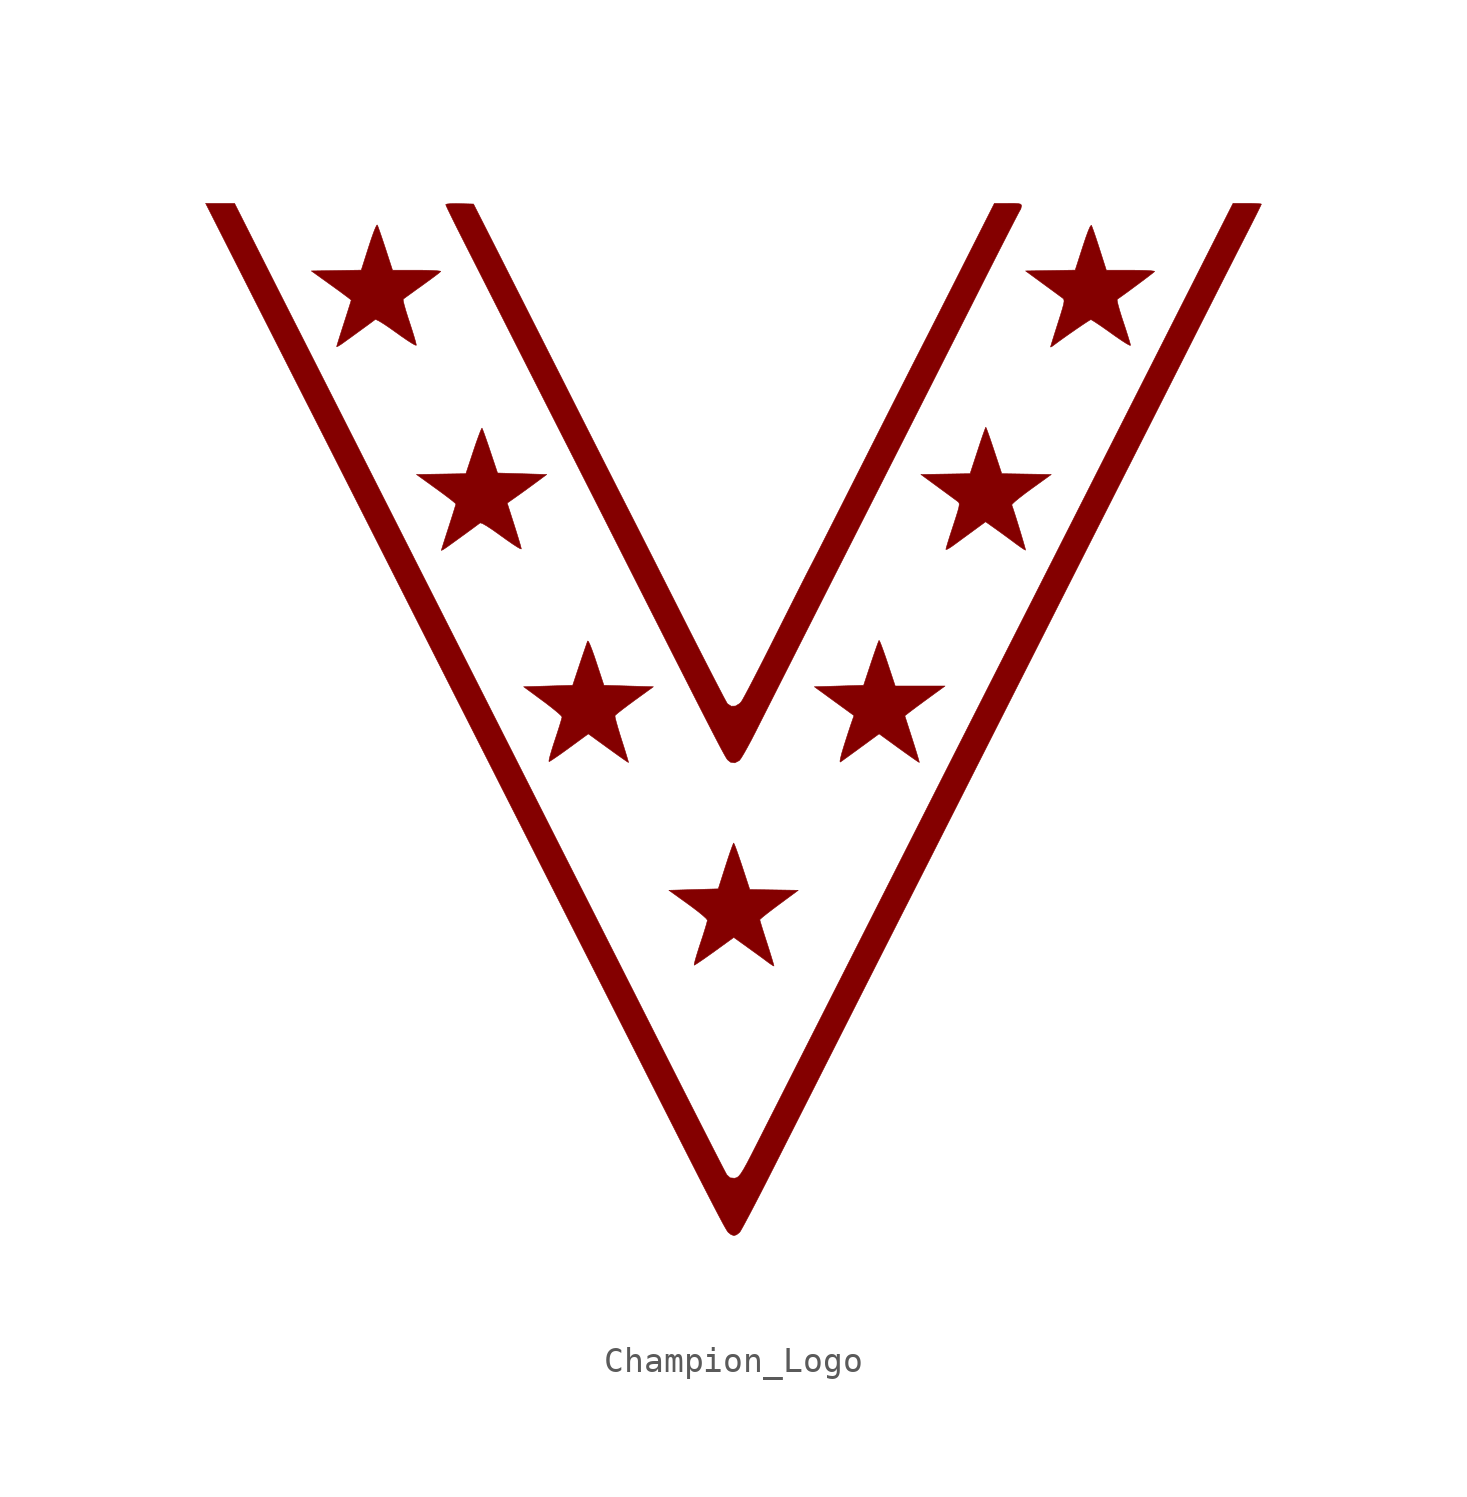
<source format=kicad_sym>
(kicad_symbol_lib
  (version 20231120)
  (generator "kicad_symbol_editor")
  (generator_version "8.0")
  (symbol "Champion_Logo"
    (pin_numbers hide)
    (pin_names
      (offset 0) hide)
    (property "Reference" "G"
      (at 0 1.27 0)
      (effects (font (size 1.27 1.27)) (hide yes)))
    (symbol "Champion_Logo_0_0"
      (polyline (pts (xy 7.385 -1.679) (xy 7.35 -1.552) (xy 7.289 -1.347) (xy 7.207 -1.082) (xy 7.11 -0.777) (xy 6.814 0.145) (xy 6.98 0.276) (xy 6.991 0.284) (xy 7.112 0.376) (xy 7.299 0.516) (xy 7.53 0.686) (xy 7.78 0.869) (xy 8.414 1.331) (xy 7.423 1.331) (xy 6.431 1.331) (xy 6.125 2.254) (xy 6.045 2.491) (xy 5.95 2.76) (xy 5.872 2.97) (xy 5.816 3.105) (xy 5.788 3.147) (xy 5.774 3.119) (xy 5.727 2.998) (xy 5.656 2.798) (xy 5.566 2.538) (xy 5.465 2.238) (xy 5.174 1.36) (xy 4.193 1.331) (xy 3.212 1.302) (xy 4.001 0.728) (xy 4.79 0.154) (xy 4.678 -0.169) (xy 4.638 -0.288) (xy 4.557 -0.533) (xy 4.464 -0.822) (xy 4.372 -1.114) (xy 4.304 -1.342) (xy 4.255 -1.537) (xy 4.233 -1.661) (xy 4.244 -1.696) (xy 4.273 -1.677) (xy 4.387 -1.596) (xy 4.566 -1.467) (xy 4.793 -1.302) (xy 5.05 -1.114) (xy 5.79 -0.573) (xy 6.583 -1.149) (xy 6.79 -1.298) (xy 7.026 -1.466) (xy 7.215 -1.598) (xy 7.342 -1.684) (xy 7.391 -1.711) (xy 7.385 -1.679)) (stroke (width 0.01) (type default)) (fill (type outline)))
      (polyline (pts (xy -4.187 -1.686) (xy -4.221 -1.566) (xy -4.281 -1.367) (xy -4.361 -1.108) (xy -4.457 -0.807) (xy -4.521 -0.605) (xy -4.606 -0.322) (xy -4.672 -0.088) (xy -4.712 0.075) (xy -4.721 0.148) (xy -4.698 0.175) (xy -4.595 0.264) (xy -4.423 0.399) (xy -4.201 0.567) (xy -3.945 0.756) (xy -3.191 1.302) (xy -4.176 1.331) (xy -5.161 1.36) (xy -5.466 2.285) (xy -5.538 2.502) (xy -5.638 2.78) (xy -5.719 2.985) (xy -5.777 3.104) (xy -5.807 3.124) (xy -5.818 3.096) (xy -5.863 2.967) (xy -5.934 2.76) (xy -6.024 2.497) (xy -6.124 2.199) (xy -6.403 1.36) (xy -7.38 1.331) (xy -8.357 1.302) (xy -7.592 0.739) (xy -7.414 0.606) (xy -7.181 0.424) (xy -6.995 0.271) (xy -6.872 0.158) (xy -6.827 0.1) (xy -6.833 0.07) (xy -6.868 -0.059) (xy -6.93 -0.265) (xy -7.014 -0.528) (xy -7.112 -0.827) (xy -7.17 -1.002) (xy -7.253 -1.27) (xy -7.314 -1.484) (xy -7.346 -1.626) (xy -7.345 -1.678) (xy -7.314 -1.664) (xy -7.201 -1.593) (xy -7.022 -1.471) (xy -6.795 -1.312) (xy -6.537 -1.125) (xy -5.782 -0.573) (xy -4.988 -1.149) (xy -4.781 -1.298) (xy -4.546 -1.467) (xy -4.357 -1.599) (xy -4.231 -1.685) (xy -4.182 -1.713) (xy -4.187 -1.686)) (stroke (width 0.01) (type default)) (fill (type outline)))
      (polyline (pts (xy 1.601 -9.785) (xy 1.568 -9.664) (xy 1.508 -9.465) (xy 1.428 -9.206) (xy 1.332 -8.905) (xy 1.267 -8.704) (xy 1.178 -8.424) (xy 1.107 -8.195) (xy 1.06 -8.037) (xy 1.042 -7.97) (xy 1.064 -7.944) (xy 1.164 -7.857) (xy 1.332 -7.723) (xy 1.551 -7.554) (xy 1.807 -7.363) (xy 2.572 -6.798) (xy 1.608 -6.783) (xy 0.643 -6.767) (xy 0.34 -5.842) (xy 0.261 -5.607) (xy 0.167 -5.333) (xy 0.088 -5.114) (xy 0.031 -4.97) (xy 0.004 -4.918) (xy -0.013 -4.946) (xy -0.061 -5.066) (xy -0.133 -5.266) (xy -0.221 -5.526) (xy -0.319 -5.829) (xy -0.61 -6.741) (xy -1.592 -6.769) (xy -2.575 -6.798) (xy -1.81 -7.348) (xy -1.637 -7.475) (xy -1.401 -7.655) (xy -1.214 -7.809) (xy -1.089 -7.924) (xy -1.043 -7.987) (xy -1.048 -8.019) (xy -1.082 -8.152) (xy -1.145 -8.361) (xy -1.228 -8.627) (xy -1.327 -8.927) (xy -1.384 -9.101) (xy -1.468 -9.37) (xy -1.53 -9.584) (xy -1.565 -9.727) (xy -1.567 -9.778) (xy -1.536 -9.763) (xy -1.423 -9.691) (xy -1.244 -9.57) (xy -1.017 -9.411) (xy -0.757 -9.226) (xy 0.007 -8.673) (xy 0.568 -9.076) (xy 0.77 -9.222) (xy 1.011 -9.396) (xy 1.217 -9.547) (xy 1.359 -9.653) (xy 1.443 -9.714) (xy 1.555 -9.789) (xy 1.605 -9.812) (xy 1.601 -9.785)) (stroke (width 0.01) (type default)) (fill (type outline)))
      (polyline (pts (xy -11.559 6.759) (xy -11.442 6.836) (xy -11.361 6.893) (xy -11.196 7.012) (xy -10.987 7.163) (xy -10.757 7.33) (xy -10.53 7.495) (xy -10.327 7.644) (xy -10.173 7.758) (xy -10.089 7.82) (xy -10.082 7.823) (xy -9.992 7.796) (xy -9.819 7.697) (xy -9.565 7.529) (xy -9.236 7.293) (xy -9.027 7.143) (xy -8.796 6.983) (xy -8.612 6.864) (xy -8.491 6.795) (xy -8.448 6.786) (xy -8.454 6.82) (xy -8.489 6.953) (xy -8.551 7.163) (xy -8.633 7.43) (xy -8.728 7.733) (xy -9.009 8.61) (xy -8.656 8.858) (xy -8.614 8.888) (xy -8.381 9.054) (xy -8.116 9.246) (xy -7.869 9.428) (xy -7.435 9.749) (xy -8.414 9.778) (xy -9.393 9.807) (xy -9.687 10.685) (xy -9.751 10.877) (xy -9.847 11.154) (xy -9.926 11.378) (xy -9.984 11.531) (xy -10.012 11.594) (xy -10.03 11.571) (xy -10.08 11.456) (xy -10.154 11.261) (xy -10.246 11.005) (xy -10.348 10.703) (xy -10.653 9.781) (xy -11.637 9.765) (xy -12.621 9.749) (xy -11.836 9.183) (xy -11.641 9.041) (xy -11.406 8.866) (xy -11.219 8.722) (xy -11.096 8.621) (xy -11.052 8.575) (xy -11.059 8.544) (xy -11.097 8.416) (xy -11.16 8.211) (xy -11.244 7.947) (xy -11.341 7.644) (xy -11.406 7.443) (xy -11.495 7.166) (xy -11.566 6.942) (xy -11.613 6.79) (xy -11.63 6.729) (xy -11.625 6.727) (xy -11.559 6.759)) (stroke (width 0.01) (type default)) (fill (type outline)))
      (polyline (pts (xy 11.618 6.739) (xy 11.605 6.801) (xy 11.564 6.95) (xy 11.502 7.163) (xy 11.426 7.418) (xy 11.342 7.693) (xy 11.258 7.965) (xy 11.18 8.211) (xy 11.115 8.409) (xy 11.07 8.538) (xy 11.092 8.574) (xy 11.192 8.669) (xy 11.361 8.809) (xy 11.584 8.982) (xy 11.845 9.174) (xy 12.642 9.749) (xy 11.657 9.765) (xy 10.671 9.781) (xy 10.365 10.705) (xy 10.286 10.941) (xy 10.193 11.215) (xy 10.116 11.434) (xy 10.062 11.578) (xy 10.037 11.63) (xy 10.022 11.599) (xy 9.975 11.475) (xy 9.903 11.273) (xy 9.814 11.01) (xy 9.714 10.705) (xy 9.412 9.781) (xy 8.432 9.765) (xy 7.452 9.749) (xy 8.138 9.247) (xy 8.235 9.175) (xy 8.479 8.997) (xy 8.688 8.843) (xy 8.844 8.729) (xy 8.925 8.668) (xy 8.945 8.652) (xy 8.973 8.611) (xy 8.98 8.547) (xy 8.963 8.442) (xy 8.919 8.278) (xy 8.845 8.04) (xy 8.738 7.709) (xy 8.675 7.516) (xy 8.584 7.234) (xy 8.512 7.002) (xy 8.465 6.839) (xy 8.447 6.767) (xy 8.489 6.768) (xy 8.598 6.827) (xy 8.751 6.932) (xy 8.83 6.99) (xy 9.045 7.148) (xy 9.295 7.331) (xy 9.541 7.511) (xy 10.027 7.867) (xy 10.409 7.596) (xy 10.421 7.587) (xy 10.667 7.41) (xy 10.944 7.208) (xy 11.194 7.022) (xy 11.276 6.962) (xy 11.445 6.841) (xy 11.566 6.762) (xy 11.618 6.738) (xy 11.618 6.739)) (stroke (width 0.01) (type default)) (fill (type outline)))
      (polyline (pts (xy -15.725 14.861) (xy -15.607 14.936) (xy -15.528 14.992) (xy -15.365 15.11) (xy -15.158 15.259) (xy -14.929 15.426) (xy -14.702 15.591) (xy -14.499 15.739) (xy -14.345 15.853) (xy -14.261 15.916) (xy -14.233 15.914) (xy -14.121 15.861) (xy -13.94 15.751) (xy -13.702 15.592) (xy -13.422 15.393) (xy -13.223 15.25) (xy -12.989 15.09) (xy -12.802 14.97) (xy -12.676 14.9) (xy -12.627 14.89) (xy -12.63 14.922) (xy -12.661 15.051) (xy -12.721 15.258) (xy -12.803 15.522) (xy -12.901 15.822) (xy -12.961 16.004) (xy -13.047 16.28) (xy -13.11 16.505) (xy -13.146 16.66) (xy -13.148 16.724) (xy -13.13 16.739) (xy -13.031 16.812) (xy -12.863 16.933) (xy -12.646 17.091) (xy -12.395 17.27) (xy -12.271 17.36) (xy -12.035 17.532) (xy -11.842 17.676) (xy -11.709 17.779) (xy -11.653 17.829) (xy -11.68 17.842) (xy -11.802 17.856) (xy -12.008 17.868) (xy -12.279 17.876) (xy -12.598 17.878) (xy -13.573 17.878) (xy -13.854 18.743) (xy -13.911 18.915) (xy -14.006 19.199) (xy -14.087 19.434) (xy -14.147 19.601) (xy -14.179 19.678) (xy -14.197 19.671) (xy -14.248 19.575) (xy -14.322 19.392) (xy -14.414 19.134) (xy -14.519 18.815) (xy -14.816 17.881) (xy -15.811 17.865) (xy -16.805 17.849) (xy -16.011 17.279) (xy -15.807 17.132) (xy -15.572 16.96) (xy -15.385 16.821) (xy -15.261 16.726) (xy -15.217 16.686) (xy -15.225 16.656) (xy -15.262 16.533) (xy -15.326 16.331) (xy -15.409 16.069) (xy -15.506 15.767) (xy -15.573 15.559) (xy -15.661 15.281) (xy -15.732 15.055) (xy -15.779 14.9) (xy -15.796 14.837) (xy -15.79 14.833) (xy -15.725 14.861)) (stroke (width 0.01) (type default)) (fill (type outline)))
      (polyline (pts (xy 12.685 14.854) (xy 12.71 14.873) (xy 12.892 15.008) (xy 13.113 15.168) (xy 13.356 15.34) (xy 13.601 15.51) (xy 13.829 15.666) (xy 14.02 15.793) (xy 14.156 15.88) (xy 14.217 15.911) (xy 14.249 15.897) (xy 14.366 15.826) (xy 14.547 15.706) (xy 14.777 15.547) (xy 15.037 15.362) (xy 15.217 15.234) (xy 15.447 15.077) (xy 15.63 14.96) (xy 15.752 14.894) (xy 15.795 14.887) (xy 15.79 14.919) (xy 15.754 15.05) (xy 15.69 15.258) (xy 15.606 15.523) (xy 15.507 15.823) (xy 15.447 16.004) (xy 15.362 16.279) (xy 15.3 16.502) (xy 15.266 16.655) (xy 15.264 16.718) (xy 15.316 16.754) (xy 15.49 16.877) (xy 15.704 17.032) (xy 15.938 17.205) (xy 16.174 17.38) (xy 16.393 17.544) (xy 16.575 17.683) (xy 16.702 17.782) (xy 16.754 17.827) (xy 16.733 17.84) (xy 16.615 17.855) (xy 16.411 17.868) (xy 16.137 17.875) (xy 15.809 17.878) (xy 14.832 17.878) (xy 14.56 18.732) (xy 14.508 18.892) (xy 14.415 19.176) (xy 14.334 19.413) (xy 14.273 19.582) (xy 14.24 19.661) (xy 14.231 19.666) (xy 14.185 19.606) (xy 14.112 19.44) (xy 14.014 19.173) (xy 13.893 18.809) (xy 13.594 17.881) (xy 12.606 17.865) (xy 11.618 17.849) (xy 12.303 17.347) (xy 12.4 17.276) (xy 12.645 17.097) (xy 12.855 16.943) (xy 13.011 16.828) (xy 13.094 16.767) (xy 13.121 16.744) (xy 13.145 16.702) (xy 13.15 16.634) (xy 13.132 16.524) (xy 13.087 16.355) (xy 13.013 16.109) (xy 12.906 15.771) (xy 12.834 15.544) (xy 12.746 15.265) (xy 12.676 15.04) (xy 12.63 14.887) (xy 12.613 14.825) (xy 12.623 14.819) (xy 12.685 14.854)) (stroke (width 0.01) (type default)) (fill (type outline)))
      (polyline (pts (xy 0.226 -1.635) (xy 0.232 -1.629) (xy 0.302 -1.534) (xy 0.411 -1.355) (xy 0.549 -1.11) (xy 0.707 -0.816) (xy 0.874 -0.492) (xy 1.034 -0.173) (xy 1.276 0.305) (xy 1.563 0.873) (xy 1.892 1.524) (xy 2.26 2.25) (xy 2.662 3.045) (xy 3.095 3.9) (xy 3.555 4.809) (xy 4.039 5.765) (xy 4.543 6.759) (xy 5.063 7.785) (xy 5.596 8.836) (xy 6.137 9.905) (xy 6.684 10.983) (xy 7.232 12.063) (xy 7.312 12.222) (xy 7.545 12.682) (xy 7.818 13.22) (xy 8.121 13.819) (xy 8.445 14.461) (xy 8.783 15.127) (xy 9.123 15.801) (xy 9.458 16.463) (xy 9.778 17.097) (xy 9.783 17.107) (xy 10.065 17.666) (xy 10.334 18.195) (xy 10.582 18.684) (xy 10.807 19.124) (xy 11.003 19.507) (xy 11.165 19.822) (xy 11.29 20.062) (xy 11.371 20.216) (xy 11.406 20.277) (xy 11.43 20.317) (xy 11.456 20.436) (xy 11.451 20.471) (xy 11.417 20.507) (xy 11.331 20.528) (xy 11.171 20.538) (xy 10.918 20.54) (xy 10.379 20.54) (xy 9.144 18.095) (xy 8.97 17.75) (xy 8.699 17.214) (xy 8.431 16.686) (xy 8.176 16.182) (xy 7.94 15.718) (xy 7.733 15.31) (xy 7.561 14.974) (xy 7.434 14.725) (xy 7.389 14.636) (xy 7.258 14.38) (xy 7.083 14.037) (xy 6.871 13.618) (xy 6.626 13.135) (xy 6.355 12.6) (xy 6.063 12.023) (xy 5.756 11.415) (xy 5.44 10.789) (xy 5.12 10.154) (xy 4.92 9.759) (xy 4.615 9.155) (xy 4.324 8.578) (xy 4.05 8.038) (xy 3.8 7.545) (xy 3.578 7.107) (xy 3.389 6.734) (xy 3.237 6.437) (xy 3.127 6.223) (xy 3.065 6.104) (xy 3.016 6.009) (xy 2.91 5.803) (xy 2.764 5.515) (xy 2.584 5.159) (xy 2.376 4.746) (xy 2.147 4.29) (xy 1.902 3.803) (xy 1.649 3.298) (xy 1.44 2.881) (xy 1.2 2.406) (xy 0.976 1.967) (xy 0.775 1.576) (xy 0.602 1.243) (xy 0.462 0.98) (xy 0.362 0.798) (xy 0.308 0.709) (xy 0.241 0.634) (xy 0.074 0.533) (xy -0.097 0.528) (xy -0.243 0.622) (xy -0.251 0.633) (xy -0.308 0.734) (xy -0.411 0.925) (xy -0.554 1.2) (xy -0.735 1.548) (xy -0.947 1.96) (xy -1.187 2.429) (xy -1.45 2.944) (xy -1.731 3.497) (xy -2.025 4.079) (xy -2.03 4.09) (xy -2.342 4.707) (xy -2.654 5.324) (xy -2.959 5.927) (xy -3.25 6.503) (xy -3.522 7.039) (xy -3.767 7.523) (xy -3.98 7.942) (xy -4.154 8.284) (xy -4.282 8.534) (xy -4.31 8.59) (xy -4.448 8.861) (xy -4.631 9.219) (xy -4.851 9.654) (xy -5.104 10.151) (xy -5.382 10.7) (xy -5.68 11.288) (xy -5.991 11.902) (xy -6.309 12.531) (xy -6.628 13.163) (xy -6.631 13.169) (xy -6.966 13.832) (xy -7.313 14.516) (xy -7.662 15.207) (xy -8.007 15.887) (xy -8.338 16.543) (xy -8.65 17.158) (xy -8.933 17.716) (xy -9.179 18.203) (xy -9.381 18.602) (xy -10.35 20.511) (xy -10.903 20.527) (xy -11.045 20.53) (xy -11.257 20.526) (xy -11.402 20.512) (xy -11.456 20.491) (xy -11.44 20.448) (xy -11.378 20.311) (xy -11.275 20.099) (xy -11.14 19.823) (xy -10.979 19.5) (xy -10.799 19.144) (xy -10.79 19.126) (xy -10.628 18.805) (xy -10.422 18.399) (xy -10.181 17.924) (xy -9.913 17.395) (xy -9.627 16.829) (xy -9.33 16.243) (xy -9.031 15.652) (xy -8.738 15.072) (xy -8.442 14.488) (xy -8.134 13.879) (xy -7.824 13.268) (xy -7.522 12.671) (xy -7.236 12.108) (xy -6.976 11.595) (xy -6.75 11.15) (xy -6.567 10.791) (xy -6.48 10.619) (xy -6.282 10.23) (xy -6.045 9.762) (xy -5.775 9.23) (xy -5.481 8.65) (xy -5.171 8.038) (xy -4.853 7.408) (xy -4.534 6.778) (xy -4.223 6.162) (xy -3.802 5.33) (xy -3.309 4.354) (xy -2.863 3.474) (xy -2.463 2.683) (xy -2.105 1.978) (xy -1.788 1.353) (xy -1.509 0.803) (xy -1.265 0.325) (xy -1.054 -0.087) (xy -0.874 -0.438) (xy -0.722 -0.732) (xy -0.596 -0.974) (xy -0.493 -1.169) (xy -0.41 -1.322) (xy -0.346 -1.437) (xy -0.298 -1.52) (xy -0.264 -1.574) (xy -0.24 -1.606) (xy -0.12 -1.702) (xy 0.048 -1.726) (xy 0.226 -1.635)) (stroke (width 0.01) (type default)) (fill (type outline)))
      (polyline (pts (xy 0.121 -20.504) (xy 0.239 -20.41) (xy 0.268 -20.368) (xy 0.349 -20.227) (xy 0.472 -20.001) (xy 0.632 -19.701) (xy 0.821 -19.34) (xy 1.035 -18.927) (xy 1.267 -18.475) (xy 1.511 -17.994) (xy 1.608 -17.803) (xy 1.878 -17.27) (xy 2.186 -16.66) (xy 2.523 -15.995) (xy 2.879 -15.292) (xy 3.244 -14.571) (xy 3.607 -13.852) (xy 3.96 -13.155) (xy 4.292 -12.498) (xy 4.481 -12.125) (xy 4.808 -11.478) (xy 5.141 -10.82) (xy 5.472 -10.167) (xy 5.792 -9.535) (xy 6.093 -8.941) (xy 6.367 -8.402) (xy 6.604 -7.933) (xy 6.798 -7.551) (xy 6.901 -7.35) (xy 7.124 -6.91) (xy 7.362 -6.441) (xy 7.618 -5.937) (xy 7.894 -5.393) (xy 8.193 -4.802) (xy 8.518 -4.16) (xy 8.873 -3.46) (xy 9.259 -2.697) (xy 9.68 -1.865) (xy 10.139 -0.959) (xy 10.639 0.029) (xy 11.182 1.102) (xy 11.772 2.267) (xy 12.411 3.529) (xy 12.555 3.814) (xy 12.926 4.548) (xy 13.3 5.287) (xy 13.671 6.019) (xy 14.031 6.731) (xy 14.376 7.411) (xy 14.699 8.048) (xy 14.994 8.63) (xy 15.254 9.144) (xy 15.475 9.579) (xy 15.649 9.923) (xy 15.732 10.084) (xy 15.96 10.534) (xy 16.227 11.062) (xy 16.526 11.651) (xy 16.846 12.284) (xy 17.179 12.942) (xy 17.516 13.609) (xy 17.849 14.267) (xy 18.168 14.899) (xy 18.36 15.28) (xy 18.668 15.889) (xy 18.975 16.494) (xy 19.272 17.082) (xy 19.553 17.637) (xy 19.812 18.145) (xy 20.039 18.593) (xy 20.229 18.965) (xy 20.374 19.249) (xy 20.492 19.479) (xy 20.656 19.803) (xy 20.797 20.082) (xy 20.906 20.302) (xy 20.977 20.449) (xy 21.003 20.508) (xy 20.981 20.516) (xy 20.867 20.528) (xy 20.678 20.537) (xy 20.439 20.539) (xy 19.875 20.539) (xy 18.874 18.558) (xy 18.718 18.25) (xy 18.45 17.718) (xy 18.148 17.12) (xy 17.822 16.477) (xy 17.485 15.81) (xy 17.147 15.141) (xy 16.819 14.493) (xy 16.512 13.886) (xy 16.296 13.46) (xy 15.951 12.779) (xy 15.576 12.038) (xy 15.184 11.263) (xy 14.787 10.479) (xy 14.399 9.713) (xy 14.033 8.988) (xy 13.7 8.332) (xy 13.698 8.327) (xy 13.388 7.714) (xy 13.061 7.07) (xy 12.729 6.413) (xy 12.399 5.763) (xy 12.083 5.138) (xy 11.79 4.56) (xy 11.529 4.046) (xy 11.311 3.616) (xy 11.299 3.593) (xy 11.053 3.107) (xy 10.768 2.545) (xy 10.456 1.93) (xy 10.131 1.289) (xy 9.805 0.645) (xy 9.49 0.024) (xy 9.2 -0.55) (xy 8.926 -1.09) (xy 8.316 -2.295) (xy 7.753 -3.408) (xy 7.232 -4.437) (xy 6.75 -5.389) (xy 6.303 -6.272) (xy 5.887 -7.093) (xy 5.498 -7.862) (xy 5.132 -8.584) (xy 4.785 -9.269) (xy 4.454 -9.923) (xy 4.205 -10.415) (xy 3.881 -11.054) (xy 3.538 -11.732) (xy 3.189 -12.42) (xy 2.85 -13.09) (xy 2.534 -13.714) (xy 2.257 -14.262) (xy 2.254 -14.267) (xy 2.001 -14.767) (xy 1.745 -15.273) (xy 1.494 -15.768) (xy 1.259 -16.232) (xy 1.049 -16.648) (xy 0.872 -16.997) (xy 0.738 -17.261) (xy 0.709 -17.318) (xy 0.531 -17.66) (xy 0.392 -17.91) (xy 0.283 -18.081) (xy 0.198 -18.184) (xy 0.129 -18.232) (xy 0.039 -18.257) (xy -0.138 -18.241) (xy -0.27 -18.119) (xy -0.274 -18.113) (xy -0.327 -18.015) (xy -0.431 -17.816) (xy -0.584 -17.519) (xy -0.786 -17.126) (xy -1.034 -16.639) (xy -1.328 -16.062) (xy -1.667 -15.395) (xy -2.049 -14.643) (xy -2.473 -13.806) (xy -2.938 -12.887) (xy -3.442 -11.89) (xy -3.592 -11.594) (xy -3.91 -10.964) (xy -4.247 -10.3) (xy -4.589 -9.623) (xy -4.926 -8.959) (xy -5.245 -8.328) (xy -5.535 -7.754) (xy -5.785 -7.261) (xy -5.905 -7.024) (xy -6.177 -6.488) (xy -6.484 -5.883) (xy -6.814 -5.232) (xy -7.155 -4.559) (xy -7.495 -3.886) (xy -7.824 -3.236) (xy -8.129 -2.633) (xy -8.337 -2.223) (xy -8.552 -1.798) (xy -8.759 -1.388) (xy -8.963 -0.985) (xy -9.168 -0.581) (xy -9.377 -0.166) (xy -9.597 0.267) (xy -9.829 0.727) (xy -10.08 1.222) (xy -10.353 1.761) (xy -10.653 2.353) (xy -10.983 3.005) (xy -11.349 3.727) (xy -11.754 4.527) (xy -12.203 5.413) (xy -12.7 6.393) (xy -12.759 6.512) (xy -13.048 7.081) (xy -13.372 7.721) (xy -13.719 8.407) (xy -14.076 9.111) (xy -14.429 9.809) (xy -14.766 10.474) (xy -15.072 11.08) (xy -15.197 11.326) (xy -15.497 11.919) (xy -15.81 12.537) (xy -16.125 13.158) (xy -16.43 13.76) (xy -16.715 14.323) (xy -16.97 14.825) (xy -17.183 15.246) (xy -17.212 15.303) (xy -17.471 15.812) (xy -17.763 16.388) (xy -18.073 17) (xy -18.384 17.616) (xy -18.681 18.204) (xy -18.948 18.732) (xy -19.86 20.54) (xy -20.436 20.54) (xy -21.011 20.54) (xy -19.466 17.488) (xy -19.358 17.274) (xy -19.039 16.643) (xy -18.71 15.995) (xy -18.381 15.346) (xy -18.061 14.714) (xy -17.758 14.116) (xy -17.481 13.569) (xy -17.238 13.092) (xy -17.04 12.7) (xy -16.907 12.439) (xy -16.518 11.673) (xy -16.079 10.808) (xy -15.593 9.848) (xy -15.06 8.796) (xy -14.482 7.655) (xy -13.861 6.428) (xy -13.199 5.119) (xy -12.498 3.732) (xy -12.373 3.486) (xy -12.06 2.867) (xy -11.729 2.213) (xy -11.392 1.547) (xy -11.06 0.891) (xy -10.744 0.269) (xy -10.458 -0.296) (xy -10.212 -0.781) (xy -10.137 -0.929) (xy -9.874 -1.448) (xy -9.574 -2.039) (xy -9.251 -2.678) (xy -8.915 -3.341) (xy -8.579 -4.004) (xy -8.255 -4.644) (xy -7.955 -5.236) (xy -7.862 -5.421) (xy -7.553 -6.031) (xy -7.224 -6.681) (xy -6.887 -7.346) (xy -6.554 -8.004) (xy -6.237 -8.63) (xy -5.948 -9.2) (xy -5.699 -9.691) (xy -5.554 -9.977) (xy -5.287 -10.504) (xy -4.986 -11.099) (xy -4.662 -11.739) (xy -4.325 -12.404) (xy -3.988 -13.07) (xy -3.661 -13.716) (xy -3.356 -14.32) (xy -3.242 -14.545) (xy -2.783 -15.452) (xy -2.373 -16.261) (xy -2.009 -16.98) (xy -1.688 -17.612) (xy -1.408 -18.163) (xy -1.165 -18.639) (xy -0.956 -19.045) (xy -0.78 -19.386) (xy -0.633 -19.668) (xy -0.513 -19.895) (xy -0.417 -20.074) (xy -0.341 -20.21) (xy -0.284 -20.307) (xy -0.243 -20.372) (xy -0.214 -20.41) (xy -0.102 -20.499) (xy 0.014 -20.54) (xy 0.121 -20.504)) (stroke (width 0.01) (type default)) (fill (type outline))))))
</source>
